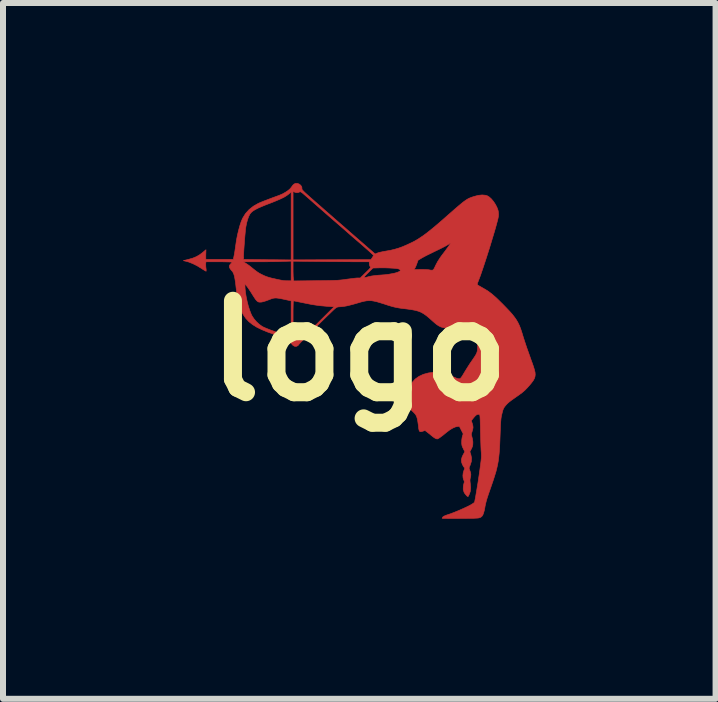
<source format=kicad_pcb>
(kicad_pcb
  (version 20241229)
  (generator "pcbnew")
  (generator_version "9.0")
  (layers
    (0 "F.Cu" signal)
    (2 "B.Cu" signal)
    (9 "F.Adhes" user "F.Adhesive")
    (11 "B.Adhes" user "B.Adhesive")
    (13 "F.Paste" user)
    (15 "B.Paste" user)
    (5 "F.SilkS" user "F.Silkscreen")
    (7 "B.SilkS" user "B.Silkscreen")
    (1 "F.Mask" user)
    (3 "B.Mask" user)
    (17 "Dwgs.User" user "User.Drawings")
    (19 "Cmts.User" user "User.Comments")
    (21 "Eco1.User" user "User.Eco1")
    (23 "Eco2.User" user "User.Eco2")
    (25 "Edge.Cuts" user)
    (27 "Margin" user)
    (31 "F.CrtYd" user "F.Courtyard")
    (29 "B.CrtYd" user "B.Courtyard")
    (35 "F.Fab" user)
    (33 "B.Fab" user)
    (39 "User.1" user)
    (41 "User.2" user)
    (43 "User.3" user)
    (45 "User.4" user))
  (footprint "logo"
    (layer "F.Cu")
    (at 2.936 2.796)
    (property "Reference" "logo" (at 0 0 0) (layer "F.SilkS") (effects (font (size 1.524 1.524) (thickness 0.3))))
    (attr through_hole)
    (fp_poly (pts (xy -1.029 -2.79) (xy -1.001 -2.779) (xy -0.976 -2.76) (xy -0.96 -2.736) (xy -0.954 -2.711) (xy -0.956 -2.703) (xy -0.956 -2.696) (xy -0.952 -2.688) (xy -0.944 -2.677) (xy -0.929 -2.661) (xy -0.907 -2.639) (xy -0.876 -2.611) (xy -0.836 -2.575) (xy -0.8 -2.543) (xy -0.76 -2.508) (xy -0.709 -2.463) (xy -0.648 -2.41) (xy -0.58 -2.35) (xy -0.504 -2.284) (xy -0.423 -2.213) (xy -0.337 -2.138) (xy -0.247 -2.06) (xy -0.156 -1.98) (xy -0.064 -1.9) (xy 0.028 -1.82) (xy 0.119 -1.741) (xy 0.146 -1.717) (xy 0.265 -1.614) (xy 0.3 -1.629) (xy 0.32 -1.636) (xy 0.352 -1.644) (xy 0.393 -1.653) (xy 0.437 -1.661) (xy 0.455 -1.664) (xy 0.527 -1.677) (xy 0.592 -1.693) (xy 0.654 -1.711) (xy 0.718 -1.734) (xy 0.788 -1.764) (xy 0.827 -1.782) (xy 0.876 -1.805) (xy 0.923 -1.829) (xy 0.969 -1.856) (xy 1.016 -1.886) (xy 1.065 -1.919) (xy 1.118 -1.958) (xy 1.175 -2.003) (xy 1.239 -2.055) (xy 1.31 -2.115) (xy 1.39 -2.184) (xy 1.468 -2.253) (xy 1.538 -2.314) (xy 1.597 -2.366) (xy 1.647 -2.409) (xy 1.69 -2.445) (xy 1.725 -2.474) (xy 1.756 -2.497) (xy 1.782 -2.515) (xy 1.806 -2.53) (xy 1.829 -2.542) (xy 1.853 -2.552) (xy 1.877 -2.561) (xy 1.905 -2.57) (xy 1.913 -2.573) (xy 1.984 -2.591) (xy 2.047 -2.598) (xy 2.102 -2.593) (xy 2.133 -2.584) (xy 2.167 -2.563) (xy 2.202 -2.531) (xy 2.237 -2.489) (xy 2.268 -2.442) (xy 2.294 -2.392) (xy 2.312 -2.344) (xy 2.317 -2.32) (xy 2.321 -2.277) (xy 2.318 -2.237) (xy 2.312 -2.206) (xy 2.301 -2.162) (xy 2.286 -2.106) (xy 2.268 -2.041) (xy 2.247 -1.969) (xy 2.223 -1.89) (xy 2.198 -1.807) (xy 2.172 -1.721) (xy 2.145 -1.636) (xy 2.118 -1.551) (xy 2.091 -1.469) (xy 2.066 -1.393) (xy 2.042 -1.323) (xy 2.021 -1.261) (xy 2.002 -1.21) (xy 1.986 -1.17) (xy 1.985 -1.166) (xy 1.974 -1.139) (xy 1.967 -1.116) (xy 1.966 -1.104) (xy 1.966 -1.103) (xy 1.975 -1.096) (xy 1.995 -1.084) (xy 2.023 -1.068) (xy 2.051 -1.052) (xy 2.096 -1.026) (xy 2.136 -1.002) (xy 2.172 -0.976) (xy 2.208 -0.949) (xy 2.245 -0.917) (xy 2.287 -0.88) (xy 2.334 -0.834) (xy 2.39 -0.779) (xy 2.454 -0.713) (xy 2.508 -0.656) (xy 2.553 -0.605) (xy 2.59 -0.557) (xy 2.621 -0.512) (xy 2.647 -0.466) (xy 2.67 -0.418) (xy 2.69 -0.365) (xy 2.71 -0.305) (xy 2.718 -0.278) (xy 2.735 -0.223) (xy 2.752 -0.17) (xy 2.77 -0.115) (xy 2.79 -0.055) (xy 2.814 0.012) (xy 2.841 0.088) (xy 2.872 0.176) (xy 2.878 0.191) (xy 2.901 0.257) (xy 2.918 0.312) (xy 2.929 0.357) (xy 2.932 0.396) (xy 2.928 0.43) (xy 2.917 0.462) (xy 2.898 0.496) (xy 2.871 0.532) (xy 2.844 0.565) (xy 2.801 0.614) (xy 2.759 0.657) (xy 2.712 0.697) (xy 2.658 0.737) (xy 2.622 0.762) (xy 2.571 0.798) (xy 2.53 0.827) (xy 2.498 0.852) (xy 2.472 0.875) (xy 2.45 0.898) (xy 2.433 0.918) (xy 2.416 0.94) (xy 2.404 0.961) (xy 2.394 0.985) (xy 2.385 1.018) (xy 2.378 1.046) (xy 2.371 1.073) (xy 2.366 1.1) (xy 2.362 1.128) (xy 2.359 1.159) (xy 2.356 1.197) (xy 2.353 1.244) (xy 2.351 1.302) (xy 2.349 1.349) (xy 2.345 1.458) (xy 2.341 1.552) (xy 2.337 1.635) (xy 2.331 1.709) (xy 2.324 1.775) (xy 2.316 1.837) (xy 2.305 1.896) (xy 2.292 1.955) (xy 2.277 2.015) (xy 2.257 2.079) (xy 2.235 2.149) (xy 2.208 2.228) (xy 2.177 2.317) (xy 2.175 2.323) (xy 2.15 2.395) (xy 2.13 2.456) (xy 2.115 2.508) (xy 2.104 2.553) (xy 2.095 2.596) (xy 2.095 2.6) (xy 2.084 2.657) (xy 2.072 2.7) (xy 2.06 2.732) (xy 2.045 2.755) (xy 2.026 2.771) (xy 2.018 2.775) (xy 2.009 2.779) (xy 1.999 2.782) (xy 1.985 2.785) (xy 1.965 2.787) (xy 1.94 2.788) (xy 1.906 2.79) (xy 1.861 2.79) (xy 1.806 2.791) (xy 1.737 2.792) (xy 1.685 2.792) (xy 1.617 2.793) (xy 1.555 2.793) (xy 1.499 2.793) (xy 1.452 2.792) (xy 1.416 2.792) (xy 1.392 2.791) (xy 1.381 2.79) (xy 1.381 2.79) (xy 1.389 2.771) (xy 1.412 2.754) (xy 1.45 2.738) (xy 1.51 2.718) (xy 1.572 2.695) (xy 1.634 2.67) (xy 1.695 2.644) (xy 1.752 2.618) (xy 1.804 2.594) (xy 1.849 2.571) (xy 1.884 2.55) (xy 1.909 2.533) (xy 1.921 2.521) (xy 1.921 2.52) (xy 1.925 2.505) (xy 1.93 2.477) (xy 1.938 2.437) (xy 1.946 2.388) (xy 1.956 2.331) (xy 1.966 2.269) (xy 1.977 2.203) (xy 1.987 2.136) (xy 1.997 2.07) (xy 2.006 2.007) (xy 2.014 1.949) (xy 2.015 1.941) (xy 2.023 1.881) (xy 2.029 1.833) (xy 2.033 1.795) (xy 2.035 1.764) (xy 2.035 1.735) (xy 2.034 1.708) (xy 2.032 1.683) (xy 2.03 1.654) (xy 2.028 1.612) (xy 2.026 1.56) (xy 2.024 1.5) (xy 2.022 1.434) (xy 2.02 1.366) (xy 2.019 1.332) (xy 2.018 1.259) (xy 2.016 1.201) (xy 2.015 1.156) (xy 2.013 1.122) (xy 2.012 1.097) (xy 2.01 1.08) (xy 2.007 1.069) (xy 2.004 1.063) (xy 2.001 1.06) (xy 1.998 1.059) (xy 1.978 1.057) (xy 1.957 1.064) (xy 1.934 1.083) (xy 1.907 1.113) (xy 1.867 1.163) (xy 1.882 1.207) (xy 1.892 1.243) (xy 1.896 1.273) (xy 1.892 1.303) (xy 1.881 1.341) (xy 1.881 1.343) (xy 1.872 1.37) (xy 1.868 1.389) (xy 1.87 1.406) (xy 1.876 1.428) (xy 1.878 1.436) (xy 1.886 1.469) (xy 1.892 1.508) (xy 1.893 1.533) (xy 1.891 1.567) (xy 1.885 1.594) (xy 1.873 1.624) (xy 1.868 1.633) (xy 1.843 1.681) (xy 1.859 1.728) (xy 1.871 1.786) (xy 1.867 1.846) (xy 1.847 1.907) (xy 1.846 1.909) (xy 1.835 1.934) (xy 1.831 1.951) (xy 1.832 1.965) (xy 1.838 1.981) (xy 1.839 1.983) (xy 1.853 2.023) (xy 1.859 2.056) (xy 1.857 2.089) (xy 1.852 2.11) (xy 1.846 2.138) (xy 1.845 2.165) (xy 1.848 2.196) (xy 1.85 2.212) (xy 1.856 2.282) (xy 1.85 2.342) (xy 1.833 2.39) (xy 1.822 2.411) (xy 1.815 2.425) (xy 1.813 2.428) (xy 1.805 2.426) (xy 1.791 2.415) (xy 1.775 2.397) (xy 1.759 2.377) (xy 1.747 2.357) (xy 1.745 2.353) (xy 1.732 2.307) (xy 1.734 2.256) (xy 1.742 2.217) (xy 1.749 2.192) (xy 1.75 2.176) (xy 1.745 2.16) (xy 1.74 2.15) (xy 1.73 2.117) (xy 1.727 2.076) (xy 1.732 2.032) (xy 1.744 1.992) (xy 1.745 1.991) (xy 1.754 1.968) (xy 1.756 1.955) (xy 1.752 1.946) (xy 1.75 1.944) (xy 1.74 1.932) (xy 1.728 1.911) (xy 1.718 1.893) (xy 1.704 1.852) (xy 1.702 1.812) (xy 1.713 1.769) (xy 1.733 1.727) (xy 1.759 1.681) (xy 1.733 1.629) (xy 1.718 1.598) (xy 1.71 1.571) (xy 1.707 1.542) (xy 1.707 1.52) (xy 1.708 1.484) (xy 1.713 1.448) (xy 1.719 1.423) (xy 1.732 1.383) (xy 1.7 1.32) (xy 1.668 1.258) (xy 1.638 1.26) (xy 1.601 1.268) (xy 1.558 1.287) (xy 1.509 1.316) (xy 1.459 1.354) (xy 1.451 1.36) (xy 1.4 1.402) (xy 1.359 1.433) (xy 1.329 1.454) (xy 1.307 1.466) (xy 1.297 1.468) (xy 1.279 1.463) (xy 1.254 1.45) (xy 1.226 1.43) (xy 1.197 1.407) (xy 1.195 1.405) (xy 1.174 1.387) (xy 1.148 1.367) (xy 1.133 1.355) (xy 1.096 1.327) (xy 1.056 1.34) (xy 1.032 1.346) (xy 1.015 1.346) (xy 1.004 1.339) (xy 0.996 1.321) (xy 0.99 1.291) (xy 0.986 1.249) (xy 0.98 1.208) (xy 0.974 1.166) (xy 0.967 1.13) (xy 0.963 1.118) (xy 0.956 1.095) (xy 0.947 1.076) (xy 0.935 1.057) (xy 0.916 1.035) (xy 0.888 1.007) (xy 0.884 1.004) (xy 0.846 0.964) (xy 0.818 0.93) (xy 0.799 0.899) (xy 0.788 0.869) (xy 0.784 0.835) (xy 0.783 0.81) (xy 0.788 0.749) (xy 0.802 0.687) (xy 0.828 0.621) (xy 0.838 0.598) (xy 0.879 0.529) (xy 0.931 0.471) (xy 0.995 0.425) (xy 1.068 0.391) (xy 1.153 0.368) (xy 1.248 0.356) (xy 1.286 0.355) (xy 1.314 0.355) (xy 1.339 0.356) (xy 1.362 0.359) (xy 1.386 0.364) (xy 1.414 0.372) (xy 1.448 0.384) (xy 1.49 0.401) (xy 1.543 0.422) (xy 1.586 0.441) (xy 1.62 0.455) (xy 1.645 0.463) (xy 1.665 0.466) (xy 1.681 0.461) (xy 1.697 0.446) (xy 1.714 0.422) (xy 1.736 0.386) (xy 1.751 0.36) (xy 1.78 0.313) (xy 1.812 0.262) (xy 1.844 0.212) (xy 1.873 0.17) (xy 1.878 0.163) (xy 1.91 0.116) (xy 1.934 0.08) (xy 1.951 0.049) (xy 1.962 0.022) (xy 1.968 -0.005) (xy 1.971 -0.035) (xy 1.972 -0.071) (xy 1.972 -0.083) (xy 1.97 -0.13) (xy 1.966 -0.179) (xy 1.959 -0.226) (xy 1.95 -0.269) (xy 1.941 -0.305) (xy 1.931 -0.33) (xy 1.923 -0.34) (xy 1.908 -0.347) (xy 1.884 -0.357) (xy 1.857 -0.366) (xy 1.839 -0.371) (xy 1.822 -0.375) (xy 1.803 -0.378) (xy 1.779 -0.379) (xy 1.749 -0.379) (xy 1.709 -0.379) (xy 1.656 -0.377) (xy 1.634 -0.376) (xy 1.558 -0.375) (xy 1.495 -0.375) (xy 1.442 -0.379) (xy 1.398 -0.387) (xy 1.359 -0.399) (xy 1.323 -0.417) (xy 1.287 -0.441) (xy 1.25 -0.472) (xy 1.224 -0.495) (xy 1.168 -0.545) (xy 1.119 -0.586) (xy 1.075 -0.617) (xy 1.032 -0.642) (xy 0.987 -0.66) (xy 0.938 -0.674) (xy 0.881 -0.685) (xy 0.813 -0.695) (xy 0.782 -0.699) (xy 0.721 -0.706) (xy 0.671 -0.713) (xy 0.626 -0.721) (xy 0.584 -0.73) (xy 0.539 -0.742) (xy 0.488 -0.757) (xy 0.427 -0.777) (xy 0.421 -0.779) (xy 0.351 -0.801) (xy 0.293 -0.818) (xy 0.244 -0.829) (xy 0.201 -0.836) (xy 0.161 -0.837) (xy 0.121 -0.834) (xy 0.078 -0.826) (xy 0.029 -0.814) (xy -0.014 -0.801) (xy -0.09 -0.779) (xy -0.155 -0.762) (xy -0.209 -0.749) (xy -0.255 -0.741) (xy -0.296 -0.736) (xy -0.313 -0.735) (xy -0.344 -0.733) (xy -0.365 -0.729) (xy -0.382 -0.722) (xy -0.398 -0.709) (xy -0.407 -0.702) (xy -0.429 -0.682) (xy -0.459 -0.653) (xy -0.495 -0.618) (xy -0.538 -0.577) (xy -0.584 -0.532) (xy -0.634 -0.483) (xy -0.685 -0.433) (xy -0.736 -0.382) (xy -0.786 -0.332) (xy -0.835 -0.284) (xy -0.879 -0.24) (xy -0.919 -0.2) (xy -0.952 -0.165) (xy -0.978 -0.139) (xy -0.995 -0.12) (xy -1.003 -0.111) (xy -1.003 -0.111) (xy -1.022 -0.087) (xy -1.048 -0.075) (xy -1.076 -0.076) (xy -1.103 -0.09) (xy -1.113 -0.101) (xy -1.142 -0.133) (xy -1.173 -0.161) (xy -1.209 -0.186) (xy -1.251 -0.209) (xy -1.302 -0.232) (xy -1.365 -0.256) (xy -1.415 -0.274) (xy -1.526 -0.313) (xy -1.623 -0.353) (xy -1.707 -0.394) (xy -1.778 -0.438) (xy -1.839 -0.487) (xy -1.89 -0.541) (xy -1.932 -0.602) (xy -1.967 -0.672) (xy -1.996 -0.752) (xy -2.019 -0.844) (xy -2.038 -0.948) (xy -2.054 -1.067) (xy -2.055 -1.079) (xy -2.059 -1.115) (xy -1.906 -1.115) (xy -1.902 -1.033) (xy -1.895 -0.967) (xy -1.883 -0.895) (xy -1.867 -0.819) (xy -1.848 -0.745) (xy -1.826 -0.677) (xy -1.803 -0.617) (xy -1.788 -0.585) (xy -1.756 -0.536) (xy -1.714 -0.486) (xy -1.666 -0.442) (xy -1.618 -0.407) (xy -1.596 -0.396) (xy -1.563 -0.381) (xy -1.521 -0.364) (xy -1.476 -0.346) (xy -1.445 -0.335) (xy -1.364 -0.306) (xy -1.296 -0.28) (xy -1.24 -0.258) (xy -1.198 -0.241) (xy -1.17 -0.227) (xy -1.169 -0.227) (xy -1.152 -0.218) (xy -1.141 -0.215) (xy -1.14 -0.222) (xy -1.138 -0.244) (xy -1.137 -0.278) (xy -1.136 -0.323) (xy -1.136 -0.377) (xy -1.135 -0.439) (xy -1.135 -0.506) (xy -1.135 -0.524) (xy -1.135 -0.524) (xy -1.103 -0.524) (xy -1.103 -0.214) (xy -1.073 -0.214) (xy -1.046 -0.21) (xy -1.024 -0.2) (xy -1.01 -0.186) (xy -1.008 -0.178) (xy -1.003 -0.168) (xy -0.999 -0.167) (xy -0.992 -0.172) (xy -0.975 -0.188) (xy -0.948 -0.212) (xy -0.914 -0.245) (xy -0.873 -0.285) (xy -0.826 -0.331) (xy -0.775 -0.381) (xy -0.72 -0.436) (xy -0.705 -0.45) (xy -0.42 -0.734) (xy -0.549 -0.743) (xy -0.602 -0.748) (xy -0.649 -0.752) (xy -0.695 -0.758) (xy -0.743 -0.765) (xy -0.794 -0.773) (xy -0.854 -0.785) (xy -0.925 -0.799) (xy -0.959 -0.806) (xy -1.003 -0.815) (xy -1.042 -0.823) (xy -1.072 -0.829) (xy -1.091 -0.832) (xy -1.097 -0.833) (xy -1.099 -0.826) (xy -1.1 -0.804) (xy -1.101 -0.77) (xy -1.102 -0.725) (xy -1.103 -0.67) (xy -1.103 -0.609) (xy -1.103 -0.542) (xy -1.103 -0.524) (xy -1.135 -0.524) (xy -1.135 -0.833) (xy -1.153 -0.837) (xy -1.222 -0.852) (xy -1.277 -0.864) (xy -1.321 -0.873) (xy -1.357 -0.878) (xy -1.386 -0.881) (xy -1.41 -0.88) (xy -1.431 -0.877) (xy -1.453 -0.871) (xy -1.476 -0.863) (xy -1.498 -0.854) (xy -1.555 -0.833) (xy -1.6 -0.819) (xy -1.635 -0.812) (xy -1.664 -0.812) (xy -1.671 -0.813) (xy -1.685 -0.817) (xy -1.698 -0.826) (xy -1.713 -0.84) (xy -1.731 -0.862) (xy -1.752 -0.894) (xy -1.779 -0.936) (xy -1.8 -0.97) (xy -1.823 -1.005) (xy -1.846 -1.039) (xy -1.866 -1.068) (xy -1.878 -1.083) (xy -1.906 -1.115) (xy -2.059 -1.115) (xy -2.063 -1.147) (xy -2.072 -1.202) (xy -2.08 -1.244) (xy -2.09 -1.277) (xy -2.101 -1.303) (xy -2.114 -1.324) (xy -2.123 -1.333) (xy -2.15 -1.366) (xy -2.164 -1.393) (xy -2.165 -1.416) (xy -2.153 -1.438) (xy -2.143 -1.449) (xy -2.128 -1.464) (xy -2.12 -1.476) (xy -2.119 -1.478) (xy -2.127 -1.48) (xy -2.148 -1.481) (xy -2.182 -1.482) (xy -2.225 -1.483) (xy -2.275 -1.484) (xy -2.3 -1.484) (xy -1.933 -1.484) (xy -1.893 -1.461) (xy -1.869 -1.445) (xy -1.837 -1.423) (xy -1.805 -1.398) (xy -1.794 -1.389) (xy -1.756 -1.358) (xy -1.726 -1.335) (xy -1.703 -1.318) (xy -1.682 -1.304) (xy -1.661 -1.291) (xy -1.636 -1.278) (xy -1.614 -1.267) (xy -1.578 -1.25) (xy -1.542 -1.236) (xy -1.502 -1.223) (xy -1.453 -1.21) (xy -1.42 -1.203) (xy -1.368 -1.191) (xy -1.329 -1.183) (xy -1.299 -1.177) (xy -1.276 -1.173) (xy -1.257 -1.17) (xy -1.238 -1.169) (xy -1.218 -1.168) (xy -1.197 -1.168) (xy -1.135 -1.167) (xy -1.135 -1.494) (xy -1.103 -1.494) (xy -1.103 -1.372) (xy -1.103 -1.326) (xy -1.102 -1.281) (xy -1.101 -1.243) (xy -1.099 -1.215) (xy -1.098 -1.208) (xy -1.093 -1.165) (xy -0.719 -1.169) (xy -0.631 -1.17) (xy -0.556 -1.171) (xy -0.494 -1.172) (xy -0.442 -1.173) (xy -0.398 -1.175) (xy -0.361 -1.176) (xy -0.328 -1.179) (xy -0.298 -1.182) (xy -0.268 -1.185) (xy -0.238 -1.189) (xy -0.206 -1.194) (xy -0.158 -1.2) (xy -0.111 -1.206) (xy -0.071 -1.211) (xy -0.04 -1.214) (xy -0.025 -1.214) (xy 0.017 -1.214) (xy 0.033 -1.23) (xy 0.083 -1.23) (xy 0.086 -1.223) (xy 0.102 -1.223) (xy 0.13 -1.229) (xy 0.167 -1.239) (xy 0.205 -1.247) (xy 0.256 -1.254) (xy 0.316 -1.26) (xy 0.357 -1.263) (xy 0.426 -1.268) (xy 0.49 -1.276) (xy 0.546 -1.286) (xy 0.595 -1.296) (xy 0.634 -1.308) (xy 0.663 -1.32) (xy 0.68 -1.332) (xy 0.685 -1.344) (xy 0.676 -1.356) (xy 0.674 -1.357) (xy 0.913 -1.357) (xy 0.92 -1.356) (xy 0.941 -1.355) (xy 0.971 -1.355) (xy 1.008 -1.356) (xy 1.014 -1.356) (xy 1.057 -1.356) (xy 1.099 -1.355) (xy 1.135 -1.353) (xy 1.159 -1.351) (xy 1.19 -1.345) (xy 1.211 -1.344) (xy 1.227 -1.347) (xy 1.239 -1.358) (xy 1.251 -1.378) (xy 1.266 -1.41) (xy 1.273 -1.425) (xy 1.307 -1.489) (xy 1.351 -1.557) (xy 1.386 -1.605) (xy 1.423 -1.653) (xy 1.455 -1.697) (xy 1.483 -1.735) (xy 1.504 -1.765) (xy 1.518 -1.786) (xy 1.524 -1.796) (xy 1.524 -1.797) (xy 1.518 -1.795) (xy 1.502 -1.785) (xy 1.48 -1.771) (xy 1.476 -1.769) (xy 1.455 -1.756) (xy 1.422 -1.738) (xy 1.381 -1.717) (xy 1.333 -1.693) (xy 1.283 -1.669) (xy 1.264 -1.66) (xy 1.213 -1.635) (xy 1.162 -1.61) (xy 1.115 -1.587) (xy 1.076 -1.566) (xy 1.047 -1.55) (xy 1.04 -1.546) (xy 0.98 -1.51) (xy 0.958 -1.448) (xy 0.946 -1.417) (xy 0.935 -1.392) (xy 0.926 -1.375) (xy 0.924 -1.373) (xy 0.915 -1.361) (xy 0.913 -1.357) (xy 0.674 -1.357) (xy 0.656 -1.365) (xy 0.632 -1.37) (xy 0.595 -1.375) (xy 0.547 -1.378) (xy 0.493 -1.381) (xy 0.434 -1.383) (xy 0.374 -1.383) (xy 0.338 -1.383) (xy 0.228 -1.38) (xy 0.148 -1.302) (xy 0.114 -1.268) (xy 0.092 -1.244) (xy 0.083 -1.23) (xy 0.033 -1.23) (xy 0.105 -1.301) (xy 0.138 -1.333) (xy 0.162 -1.357) (xy 0.176 -1.373) (xy 0.184 -1.384) (xy 0.186 -1.393) (xy 0.184 -1.4) (xy 0.18 -1.405) (xy 0.171 -1.426) (xy 0.167 -1.452) (xy 0.167 -1.454) (xy 0.167 -1.484) (xy -0.038 -1.484) (xy -0.087 -1.484) (xy -0.149 -1.485) (xy -0.223 -1.485) (xy -0.305 -1.486) (xy -0.392 -1.487) (xy -0.483 -1.487) (xy -0.575 -1.488) (xy -0.664 -1.489) (xy -0.673 -1.489) (xy -1.103 -1.494) (xy -1.135 -1.494) (xy -1.135 -1.495) (xy -1.279 -1.49) (xy -1.325 -1.488) (xy -1.383 -1.487) (xy -1.45 -1.486) (xy -1.522 -1.485) (xy -1.596 -1.484) (xy -1.667 -1.484) (xy -1.678 -1.484) (xy -1.933 -1.484) (xy -2.3 -1.484) (xy -2.332 -1.484) (xy -2.337 -1.484) (xy -2.554 -1.484) (xy -2.558 -1.455) (xy -2.558 -1.431) (xy -2.557 -1.4) (xy -2.554 -1.379) (xy -2.551 -1.353) (xy -2.551 -1.334) (xy -2.552 -1.327) (xy -2.559 -1.33) (xy -2.577 -1.34) (xy -2.603 -1.356) (xy -2.634 -1.376) (xy -2.634 -1.376) (xy -2.701 -1.417) (xy -2.771 -1.452) (xy -2.838 -1.479) (xy -2.888 -1.493) (xy -2.931 -1.503) (xy -2.843 -1.525) (xy -2.773 -1.545) (xy -2.713 -1.57) (xy -2.658 -1.602) (xy -2.607 -1.641) (xy -2.554 -1.685) (xy -2.556 -1.626) (xy -2.557 -1.594) (xy -2.557 -1.565) (xy -2.557 -1.546) (xy -2.557 -1.546) (xy -2.556 -1.524) (xy -2.098 -1.524) (xy -2.098 -1.524) (xy -1.929 -1.524) (xy -1.832 -1.522) (xy -1.801 -1.522) (xy -1.757 -1.521) (xy -1.702 -1.52) (xy -1.639 -1.52) (xy -1.57 -1.519) (xy -1.498 -1.518) (xy -1.435 -1.518) (xy -1.135 -1.515) (xy -1.135 -1.516) (xy -1.103 -1.516) (xy -0.455 -1.518) (xy 0.194 -1.52) (xy 0.216 -1.552) (xy 0.228 -1.572) (xy 0.236 -1.587) (xy 0.237 -1.591) (xy 0.231 -1.598) (xy 0.215 -1.614) (xy 0.189 -1.638) (xy 0.155 -1.669) (xy 0.114 -1.705) (xy 0.069 -1.745) (xy 0.022 -1.786) (xy -0.063 -1.859) (xy -0.152 -1.936) (xy -0.243 -2.016) (xy -0.335 -2.096) (xy -0.426 -2.175) (xy -0.515 -2.252) (xy -0.599 -2.326) (xy -0.678 -2.395) (xy -0.748 -2.456) (xy -0.809 -2.51) (xy -0.836 -2.534) (xy -0.881 -2.573) (xy -0.916 -2.603) (xy -0.941 -2.625) (xy -0.96 -2.639) (xy -0.973 -2.647) (xy -0.982 -2.651) (xy -0.989 -2.65) (xy -0.995 -2.647) (xy -0.995 -2.647) (xy -1.021 -2.637) (xy -1.052 -2.637) (xy -1.081 -2.646) (xy -1.084 -2.648) (xy -1.103 -2.661) (xy -1.103 -1.516) (xy -1.135 -1.516) (xy -1.135 -2.649) (xy -1.172 -2.615) (xy -1.208 -2.588) (xy -1.257 -2.558) (xy -1.322 -2.527) (xy -1.402 -2.493) (xy -1.472 -2.465) (xy -1.554 -2.434) (xy -1.622 -2.406) (xy -1.678 -2.382) (xy -1.723 -2.359) (xy -1.758 -2.339) (xy -1.786 -2.319) (xy -1.806 -2.299) (xy -1.821 -2.28) (xy -1.841 -2.242) (xy -1.86 -2.19) (xy -1.877 -2.129) (xy -1.89 -2.063) (xy -1.893 -2.044) (xy -1.896 -2.014) (xy -1.9 -1.972) (xy -1.905 -1.92) (xy -1.91 -1.862) (xy -1.914 -1.801) (xy -1.919 -1.74) (xy -1.923 -1.681) (xy -1.926 -1.629) (xy -1.928 -1.585) (xy -1.929 -1.554) (xy -1.929 -1.55) (xy -1.929 -1.524) (xy -2.098 -1.524) (xy -2.085 -1.589) (xy -2.078 -1.626) (xy -2.071 -1.671) (xy -2.064 -1.719) (xy -2.06 -1.747) (xy -2.047 -1.838) (xy -2.03 -1.927) (xy -2.01 -2.011) (xy -1.989 -2.088) (xy -1.967 -2.155) (xy -1.944 -2.208) (xy -1.942 -2.212) (xy -1.895 -2.288) (xy -1.835 -2.354) (xy -1.763 -2.411) (xy -1.695 -2.45) (xy -1.669 -2.463) (xy -1.631 -2.479) (xy -1.587 -2.497) (xy -1.539 -2.515) (xy -1.513 -2.525) (xy -1.466 -2.543) (xy -1.42 -2.56) (xy -1.379 -2.575) (xy -1.346 -2.587) (xy -1.332 -2.592) (xy -1.279 -2.615) (xy -1.229 -2.643) (xy -1.185 -2.672) (xy -1.151 -2.702) (xy -1.131 -2.727) (xy -1.107 -2.76) (xy -1.085 -2.78) (xy -1.062 -2.79) (xy -1.059 -2.791) (xy -1.029 -2.79)) (stroke (width 0.01) (type solid)) (fill yes) (layer "F.Cu")))
  (gr_rect
    (start -3 -3)
    (end 8.873 8.594)
    (stroke (width 0.1) (type default))
    (fill no)
    (layer "Edge.Cuts")))
</source>
